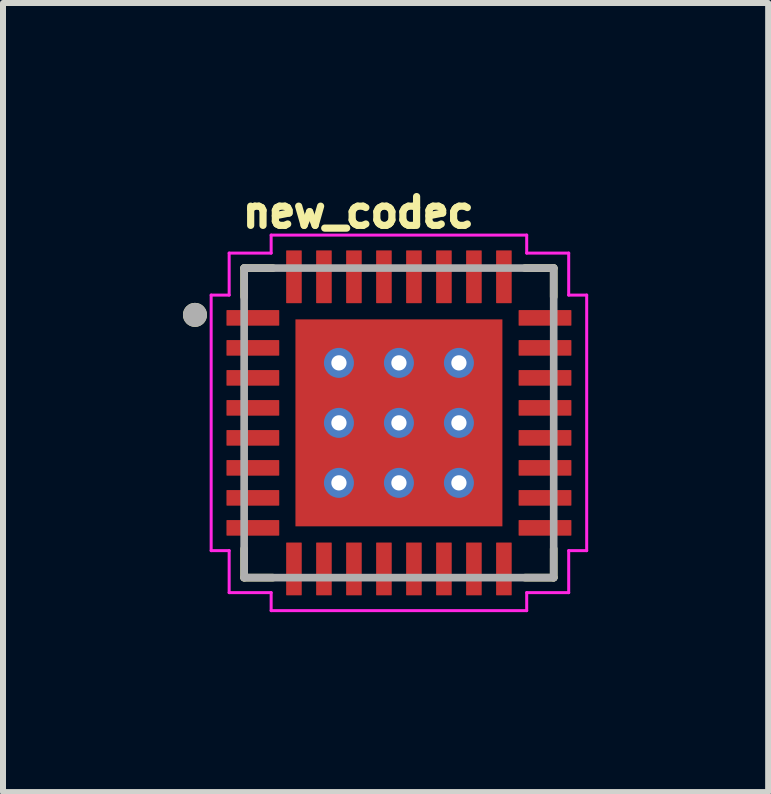
<source format=kicad_pcb>
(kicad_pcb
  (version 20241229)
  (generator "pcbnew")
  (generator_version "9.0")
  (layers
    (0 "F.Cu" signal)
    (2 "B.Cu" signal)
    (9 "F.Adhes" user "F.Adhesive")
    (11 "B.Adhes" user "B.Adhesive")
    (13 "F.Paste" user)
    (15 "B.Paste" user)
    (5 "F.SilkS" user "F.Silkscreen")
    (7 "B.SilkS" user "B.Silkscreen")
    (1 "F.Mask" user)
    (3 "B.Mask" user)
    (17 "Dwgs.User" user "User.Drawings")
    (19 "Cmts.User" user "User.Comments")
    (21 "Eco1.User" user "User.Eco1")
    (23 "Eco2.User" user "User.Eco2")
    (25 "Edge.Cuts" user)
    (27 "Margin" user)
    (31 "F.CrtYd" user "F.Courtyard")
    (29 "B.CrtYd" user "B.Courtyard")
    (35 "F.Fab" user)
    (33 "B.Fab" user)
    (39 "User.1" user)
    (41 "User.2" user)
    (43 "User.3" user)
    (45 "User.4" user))
  (footprint "new_codec"
    (layer "F.Cu")
    (at 3.6 3.999)
    (property "Reference" "new_codec" (at -0.677 -3.508 0) (layer "F.SilkS") (effects (font (size 0.48 0.48) (thickness 0.15))))
    (attr smd)
    (fp_line (start -2.58 -2.58) (end -2.1 -2.58) (stroke (width 0.127) (type solid)) (layer "F.SilkS"))
    (fp_line (start -2.58 -2.1) (end -2.58 -2.58) (stroke (width 0.127) (type solid)) (layer "F.SilkS"))
    (fp_line (start -2.58 2.58) (end -2.58 2.1) (stroke (width 0.127) (type solid)) (layer "F.SilkS"))
    (fp_line (start -2.1 2.58) (end -2.58 2.58) (stroke (width 0.127) (type solid)) (layer "F.SilkS"))
    (fp_line (start 2.1 -2.58) (end 2.58 -2.58) (stroke (width 0.127) (type solid)) (layer "F.SilkS"))
    (fp_line (start 2.58 -2.58) (end 2.58 -2.1) (stroke (width 0.127) (type solid)) (layer "F.SilkS"))
    (fp_line (start 2.58 2.1) (end 2.58 2.58) (stroke (width 0.127) (type solid)) (layer "F.SilkS"))
    (fp_line (start 2.58 2.58) (end 2.1 2.58) (stroke (width 0.127) (type solid)) (layer "F.SilkS"))
    (fp_circle (center -3.4 -1.8) (end -3.3 -1.8) (stroke (width 0.2) (type solid)) (fill no) (layer "F.SilkS"))
    (fp_poly (pts (xy -1.391 0.17) (xy -0.17 0.17) (xy -0.17 1.391) (xy -1.391 1.391)) (stroke (width 0.01) (type solid)) (fill yes) (layer "F.Paste"))
    (fp_poly (pts (xy -1.391 -1.39) (xy -0.17 -1.39) (xy -0.17 -0.17) (xy -1.391 -0.17)) (stroke (width 0.01) (type solid)) (fill yes) (layer "F.Paste"))
    (fp_poly (pts (xy 0.17 -1.39) (xy 1.39 -1.39) (xy 1.39 -0.17) (xy 0.17 -0.17)) (stroke (width 0.01) (type solid)) (fill yes) (layer "F.Paste"))
    (fp_poly (pts (xy 0.17 0.17) (xy 1.39 0.17) (xy 1.39 1.391) (xy 0.17 1.391)) (stroke (width 0.01) (type solid)) (fill yes) (layer "F.Paste"))
    (fp_line (start -3.13 -2.13) (end -2.83 -2.13) (stroke (width 0.05) (type solid)) (layer "F.CrtYd"))
    (fp_line (start -3.13 2.13) (end -3.13 -2.13) (stroke (width 0.05) (type solid)) (layer "F.CrtYd"))
    (fp_line (start -2.83 -2.83) (end -2.13 -2.83) (stroke (width 0.05) (type solid)) (layer "F.CrtYd"))
    (fp_line (start -2.83 -2.13) (end -2.83 -2.83) (stroke (width 0.05) (type solid)) (layer "F.CrtYd"))
    (fp_line (start -2.83 2.13) (end -3.13 2.13) (stroke (width 0.05) (type solid)) (layer "F.CrtYd"))
    (fp_line (start -2.83 2.83) (end -2.83 2.13) (stroke (width 0.05) (type solid)) (layer "F.CrtYd"))
    (fp_line (start -2.13 -3.13) (end 2.13 -3.13) (stroke (width 0.05) (type solid)) (layer "F.CrtYd"))
    (fp_line (start -2.13 -2.83) (end -2.13 -3.13) (stroke (width 0.05) (type solid)) (layer "F.CrtYd"))
    (fp_line (start -2.13 2.83) (end -2.83 2.83) (stroke (width 0.05) (type solid)) (layer "F.CrtYd"))
    (fp_line (start -2.13 3.13) (end -2.13 2.83) (stroke (width 0.05) (type solid)) (layer "F.CrtYd"))
    (fp_line (start 2.13 -3.13) (end 2.13 -2.83) (stroke (width 0.05) (type solid)) (layer "F.CrtYd"))
    (fp_line (start 2.13 -2.83) (end 2.83 -2.83) (stroke (width 0.05) (type solid)) (layer "F.CrtYd"))
    (fp_line (start 2.13 2.83) (end 2.13 3.13) (stroke (width 0.05) (type solid)) (layer "F.CrtYd"))
    (fp_line (start 2.13 3.13) (end -2.13 3.13) (stroke (width 0.05) (type solid)) (layer "F.CrtYd"))
    (fp_line (start 2.83 -2.83) (end 2.83 -2.13) (stroke (width 0.05) (type solid)) (layer "F.CrtYd"))
    (fp_line (start 2.83 -2.13) (end 3.13 -2.13) (stroke (width 0.05) (type solid)) (layer "F.CrtYd"))
    (fp_line (start 2.83 2.13) (end 2.83 2.83) (stroke (width 0.05) (type solid)) (layer "F.CrtYd"))
    (fp_line (start 2.83 2.83) (end 2.13 2.83) (stroke (width 0.05) (type solid)) (layer "F.CrtYd"))
    (fp_line (start 3.13 -2.13) (end 3.13 2.13) (stroke (width 0.05) (type solid)) (layer "F.CrtYd"))
    (fp_line (start 3.13 2.13) (end 2.83 2.13) (stroke (width 0.05) (type solid)) (layer "F.CrtYd"))
    (fp_line (start -2.58 -2.58) (end 2.58 -2.58) (stroke (width 0.127) (type solid)) (layer "F.Fab"))
    (fp_line (start -2.58 2.58) (end -2.58 -2.58) (stroke (width 0.127) (type solid)) (layer "F.Fab"))
    (fp_line (start 2.58 -2.58) (end 2.58 2.58) (stroke (width 0.127) (type solid)) (layer "F.Fab"))
    (fp_line (start 2.58 2.58) (end -2.58 2.58) (stroke (width 0.127) (type solid)) (layer "F.Fab"))
    (fp_circle (center -3.4 -1.8) (end -3.3 -1.8) (stroke (width 0.2) (type solid)) (fill no) (layer "F.Fab"))
    (pad "1" smd roundrect (at -2.435 -1.75) (size 0.88 0.26) (layers "F.Cu" "F.Mask" "F.Paste") (roundrect_rratio 0.035))
    (pad "2" smd roundrect (at -2.435 -1.25) (size 0.88 0.26) (layers "F.Cu" "F.Mask" "F.Paste") (roundrect_rratio 0.035))
    (pad "3" smd roundrect (at -2.435 -0.75) (size 0.88 0.26) (layers "F.Cu" "F.Mask" "F.Paste") (roundrect_rratio 0.035))
    (pad "4" smd roundrect (at -2.435 -0.25) (size 0.88 0.26) (layers "F.Cu" "F.Mask" "F.Paste") (roundrect_rratio 0.035))
    (pad "5" smd roundrect (at -2.435 0.25) (size 0.88 0.26) (layers "F.Cu" "F.Mask" "F.Paste") (roundrect_rratio 0.035))
    (pad "6" smd roundrect (at -2.435 0.75) (size 0.88 0.26) (layers "F.Cu" "F.Mask" "F.Paste") (roundrect_rratio 0.035))
    (pad "7" smd roundrect (at -2.435 1.25) (size 0.88 0.26) (layers "F.Cu" "F.Mask" "F.Paste") (roundrect_rratio 0.035))
    (pad "8" smd roundrect (at -2.435 1.75) (size 0.88 0.26) (layers "F.Cu" "F.Mask" "F.Paste") (roundrect_rratio 0.035))
    (pad "9" smd roundrect (at -1.75 2.435) (size 0.26 0.88) (layers "F.Cu" "F.Mask" "F.Paste") (roundrect_rratio 0.035))
    (pad "10" smd roundrect (at -1.25 2.435) (size 0.26 0.88) (layers "F.Cu" "F.Mask" "F.Paste") (roundrect_rratio 0.035))
    (pad "11" smd roundrect (at -0.75 2.435) (size 0.26 0.88) (layers "F.Cu" "F.Mask" "F.Paste") (roundrect_rratio 0.035))
    (pad "12" smd roundrect (at -0.25 2.435) (size 0.26 0.88) (layers "F.Cu" "F.Mask" "F.Paste") (roundrect_rratio 0.035))
    (pad "13" smd roundrect (at 0.25 2.435) (size 0.26 0.88) (layers "F.Cu" "F.Mask" "F.Paste") (roundrect_rratio 0.035))
    (pad "14" smd roundrect (at 0.75 2.435) (size 0.26 0.88) (layers "F.Cu" "F.Mask" "F.Paste") (roundrect_rratio 0.035))
    (pad "15" smd roundrect (at 1.25 2.435) (size 0.26 0.88) (layers "F.Cu" "F.Mask" "F.Paste") (roundrect_rratio 0.035))
    (pad "16" smd roundrect (at 1.75 2.435) (size 0.26 0.88) (layers "F.Cu" "F.Mask" "F.Paste") (roundrect_rratio 0.035))
    (pad "17" smd roundrect (at 2.435 1.75) (size 0.88 0.26) (layers "F.Cu" "F.Mask" "F.Paste") (roundrect_rratio 0.035))
    (pad "18" smd roundrect (at 2.435 1.25) (size 0.88 0.26) (layers "F.Cu" "F.Mask" "F.Paste") (roundrect_rratio 0.035))
    (pad "19" smd roundrect (at 2.435 0.75) (size 0.88 0.26) (layers "F.Cu" "F.Mask" "F.Paste") (roundrect_rratio 0.035))
    (pad "20" smd roundrect (at 2.435 0.25) (size 0.88 0.26) (layers "F.Cu" "F.Mask" "F.Paste") (roundrect_rratio 0.035))
    (pad "21" smd roundrect (at 2.435 -0.25) (size 0.88 0.26) (layers "F.Cu" "F.Mask" "F.Paste") (roundrect_rratio 0.035))
    (pad "22" smd roundrect (at 2.435 -0.75) (size 0.88 0.26) (layers "F.Cu" "F.Mask" "F.Paste") (roundrect_rratio 0.035))
    (pad "23" smd roundrect (at 2.435 -1.25) (size 0.88 0.26) (layers "F.Cu" "F.Mask" "F.Paste") (roundrect_rratio 0.035))
    (pad "24" smd roundrect (at 2.435 -1.75) (size 0.88 0.26) (layers "F.Cu" "F.Mask" "F.Paste") (roundrect_rratio 0.035))
    (pad "25" smd roundrect (at 1.75 -2.435) (size 0.26 0.88) (layers "F.Cu" "F.Mask" "F.Paste") (roundrect_rratio 0.035))
    (pad "26" smd roundrect (at 1.25 -2.435) (size 0.26 0.88) (layers "F.Cu" "F.Mask" "F.Paste") (roundrect_rratio 0.035))
    (pad "27" smd roundrect (at 0.75 -2.435) (size 0.26 0.88) (layers "F.Cu" "F.Mask" "F.Paste") (roundrect_rratio 0.035))
    (pad "28" smd roundrect (at 0.25 -2.435) (size 0.26 0.88) (layers "F.Cu" "F.Mask" "F.Paste") (roundrect_rratio 0.035))
    (pad "29" smd roundrect (at -0.25 -2.435) (size 0.26 0.88) (layers "F.Cu" "F.Mask" "F.Paste") (roundrect_rratio 0.035))
    (pad "30" smd roundrect (at -0.75 -2.435) (size 0.26 0.88) (layers "F.Cu" "F.Mask" "F.Paste") (roundrect_rratio 0.035))
    (pad "31" smd roundrect (at -1.25 -2.435) (size 0.26 0.88) (layers "F.Cu" "F.Mask" "F.Paste") (roundrect_rratio 0.035))
    (pad "32" smd roundrect (at -1.75 -2.435) (size 0.26 0.88) (layers "F.Cu" "F.Mask" "F.Paste") (roundrect_rratio 0.035))
    (pad "33" smd rect (at 0 0) (size 3.45 3.45) (layers "F.Cu" "F.Mask"))
    (pad "33_1" thru_hole circle (at -1 -1) (size 0.5 0.5) (drill 0.254) (layers "*.Cu" "*.Mask"))
    (pad "33_2" thru_hole circle (at 0 -1) (size 0.5 0.5) (drill 0.254) (layers "*.Cu" "*.Mask"))
    (pad "33_3" thru_hole circle (at 1 -1) (size 0.5 0.5) (drill 0.254) (layers "*.Cu" "*.Mask"))
    (pad "33_4" thru_hole circle (at -1 0) (size 0.5 0.5) (drill 0.254) (layers "*.Cu" "*.Mask"))
    (pad "33_5" thru_hole circle (at 0 0) (size 0.5 0.5) (drill 0.254) (layers "*.Cu" "*.Mask"))
    (pad "33_6" thru_hole circle (at 1 0) (size 0.5 0.5) (drill 0.254) (layers "*.Cu" "*.Mask"))
    (pad "33_7" thru_hole circle (at -1 1) (size 0.5 0.5) (drill 0.254) (layers "*.Cu" "*.Mask"))
    (pad "33_8" thru_hole circle (at 0 1) (size 0.5 0.5) (drill 0.254) (layers "*.Cu" "*.Mask"))
    (pad "33_9" thru_hole circle (at 1 1) (size 0.5 0.5) (drill 0.254) (layers "*.Cu" "*.Mask")))
  (gr_rect
    (start -3 -3)
    (end 9.755 10.154)
    (stroke (width 0.1) (type default))
    (fill no)
    (layer "Edge.Cuts")))
</source>
